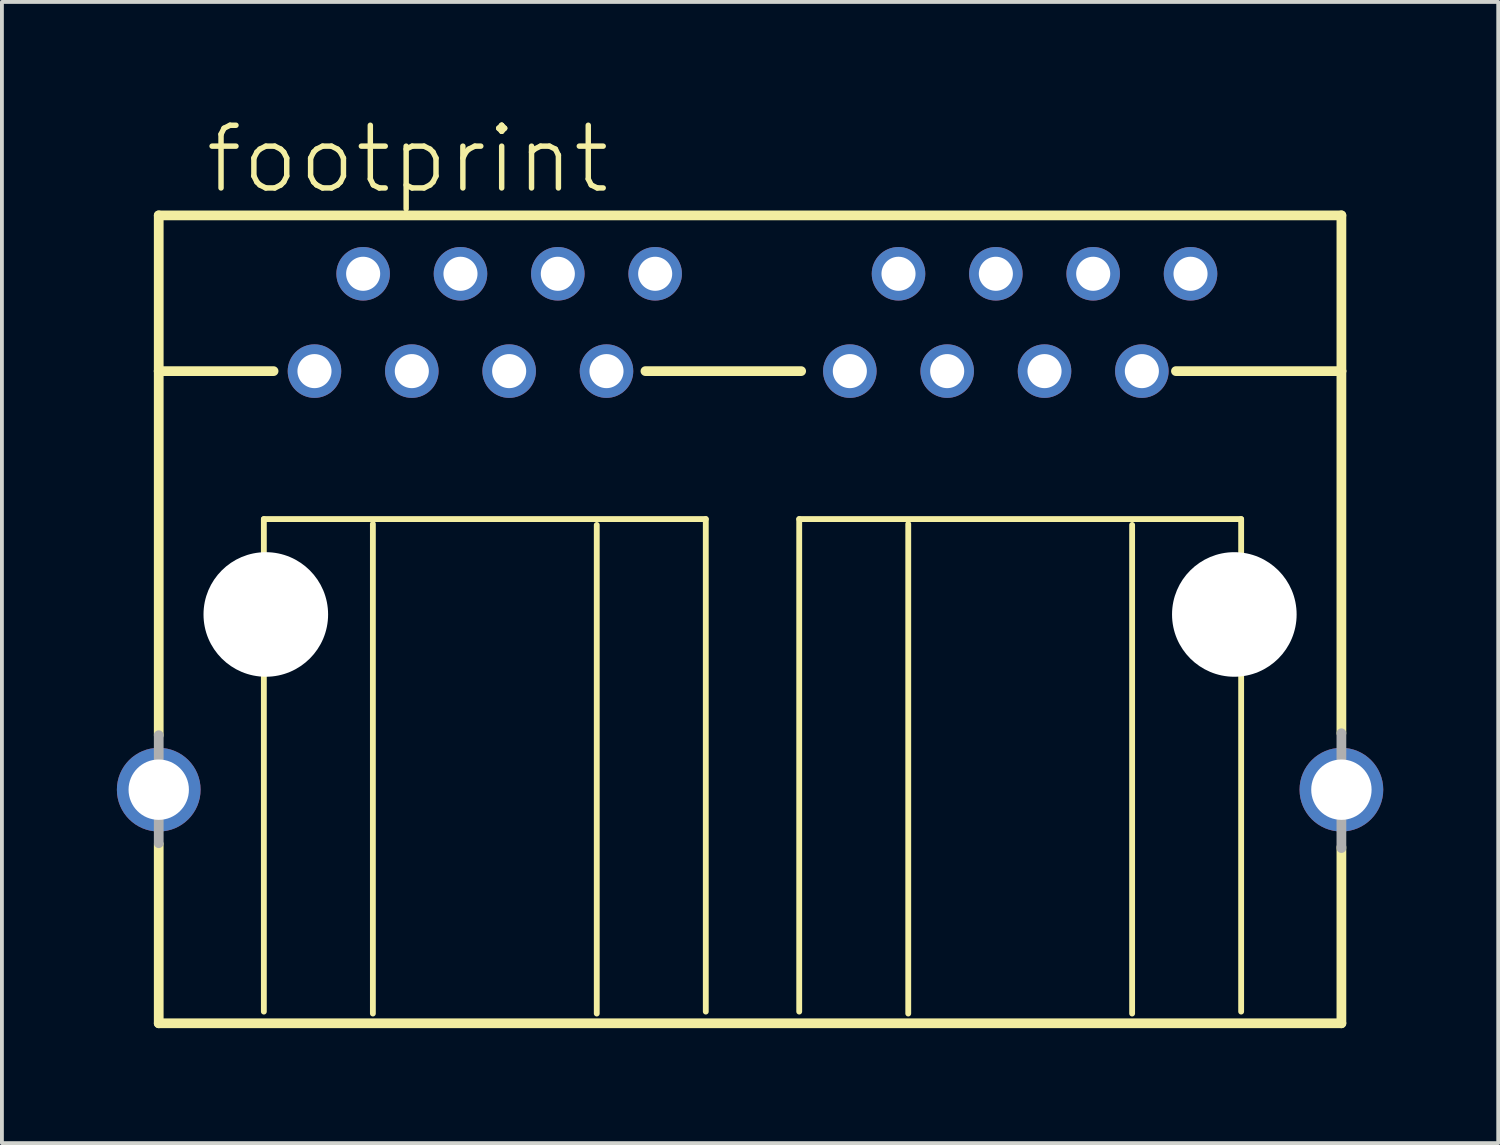
<source format=kicad_pcb>
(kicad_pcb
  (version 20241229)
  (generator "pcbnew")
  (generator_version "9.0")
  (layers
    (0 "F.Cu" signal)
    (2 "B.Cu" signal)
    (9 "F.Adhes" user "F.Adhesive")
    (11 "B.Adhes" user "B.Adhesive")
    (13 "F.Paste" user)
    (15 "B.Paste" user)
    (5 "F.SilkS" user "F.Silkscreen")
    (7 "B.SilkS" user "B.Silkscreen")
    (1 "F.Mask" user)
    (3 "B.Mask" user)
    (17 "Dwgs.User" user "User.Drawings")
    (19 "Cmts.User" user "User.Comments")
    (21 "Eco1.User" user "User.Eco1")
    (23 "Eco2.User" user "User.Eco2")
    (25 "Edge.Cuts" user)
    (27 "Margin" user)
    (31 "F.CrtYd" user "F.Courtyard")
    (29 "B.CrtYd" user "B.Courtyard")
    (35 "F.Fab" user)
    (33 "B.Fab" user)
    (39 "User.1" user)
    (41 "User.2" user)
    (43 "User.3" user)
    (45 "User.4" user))
  (footprint "footprint"
    (layer "F.Cu")
    (at 16.586 12.984)
    (property "Reference" "footprint" (at -14.351 -10.922 0) (layer "F.SilkS") (effects (font (size 1.636 1.636) (thickness 0.142)) (justify left bottom)))
    (fp_line (start -15.494 -10.414) (end -15.494 -6.35) (stroke (width 0.254) (type solid)) (layer "F.SilkS"))
    (fp_line (start -15.494 -6.35) (end -15.494 3.15) (stroke (width 0.254) (type solid)) (layer "F.SilkS"))
    (fp_line (start -15.494 5.994) (end -15.494 10.668) (stroke (width 0.254) (type solid)) (layer "F.SilkS"))
    (fp_line (start -15.494 10.668) (end 15.367 10.668) (stroke (width 0.254) (type solid)) (layer "F.SilkS"))
    (fp_line (start -12.751 -2.489) (end -12.751 10.363) (stroke (width 0.152) (type solid)) (layer "F.SilkS"))
    (fp_line (start -12.497 -6.35) (end -15.494 -6.35) (stroke (width 0.254) (type solid)) (layer "F.SilkS"))
    (fp_line (start -9.906 10.414) (end -9.906 -2.362) (stroke (width 0.152) (type solid)) (layer "F.SilkS"))
    (fp_line (start -4.064 -2.337) (end -4.064 10.414) (stroke (width 0.152) (type solid)) (layer "F.SilkS"))
    (fp_line (start -2.794 -6.35) (end 1.27 -6.35) (stroke (width 0.254) (type solid)) (layer "F.SilkS"))
    (fp_line (start -1.219 -2.489) (end -12.751 -2.489) (stroke (width 0.152) (type solid)) (layer "F.SilkS"))
    (fp_line (start -1.219 10.363) (end -1.219 -2.489) (stroke (width 0.152) (type solid)) (layer "F.SilkS"))
    (fp_line (start 1.219 -2.489) (end 1.219 10.363) (stroke (width 0.152) (type solid)) (layer "F.SilkS"))
    (fp_line (start 4.064 10.414) (end 4.064 -2.362) (stroke (width 0.152) (type solid)) (layer "F.SilkS"))
    (fp_line (start 9.906 -2.337) (end 9.906 10.414) (stroke (width 0.152) (type solid)) (layer "F.SilkS"))
    (fp_line (start 11.049 -6.35) (end 15.367 -6.35) (stroke (width 0.254) (type solid)) (layer "F.SilkS"))
    (fp_line (start 12.751 -2.489) (end 1.219 -2.489) (stroke (width 0.152) (type solid)) (layer "F.SilkS"))
    (fp_line (start 12.751 10.363) (end 12.751 -2.489) (stroke (width 0.152) (type solid)) (layer "F.SilkS"))
    (fp_line (start 15.367 -10.414) (end -15.494 -10.414) (stroke (width 0.254) (type solid)) (layer "F.SilkS"))
    (fp_line (start 15.367 -6.35) (end 15.367 -10.414) (stroke (width 0.254) (type solid)) (layer "F.SilkS"))
    (fp_line (start 15.367 3.099) (end 15.367 -6.35) (stroke (width 0.254) (type solid)) (layer "F.SilkS"))
    (fp_line (start 15.367 10.668) (end 15.367 6.071) (stroke (width 0.254) (type solid)) (layer "F.SilkS"))
    (fp_line (start -15.494 3.15) (end -15.494 5.969) (stroke (width 0.254) (type solid)) (layer "F.Fab"))
    (fp_line (start 15.367 6.096) (end 15.367 3.099) (stroke (width 0.254) (type solid)) (layer "F.Fab"))
    (pad "" np_thru_hole circle (at -12.7 0) (size 3.251 3.251) (drill 3.251) (layers "*.Cu" "*.Mask"))
    (pad "" np_thru_hole circle (at 12.573 0) (size 3.251 3.251) (drill 3.251) (layers "*.Cu" "*.Mask"))
    (pad "1-1" thru_hole circle (at -11.43 -6.35) (size 1.397 1.397) (drill 0.889) (layers "*.Cu" "*.Mask"))
    (pad "1-2" thru_hole circle (at -10.16 -8.89) (size 1.397 1.397) (drill 0.889) (layers "*.Cu" "*.Mask"))
    (pad "1-3" thru_hole circle (at -8.89 -6.35) (size 1.397 1.397) (drill 0.889) (layers "*.Cu" "*.Mask"))
    (pad "1-4" thru_hole circle (at -7.62 -8.89) (size 1.397 1.397) (drill 0.889) (layers "*.Cu" "*.Mask"))
    (pad "1-5" thru_hole circle (at -6.35 -6.35) (size 1.397 1.397) (drill 0.889) (layers "*.Cu" "*.Mask"))
    (pad "1-6" thru_hole circle (at -5.08 -8.89) (size 1.397 1.397) (drill 0.889) (layers "*.Cu" "*.Mask"))
    (pad "1-7" thru_hole circle (at -3.81 -6.35) (size 1.397 1.397) (drill 0.889) (layers "*.Cu" "*.Mask"))
    (pad "1-8" thru_hole circle (at -2.54 -8.89) (size 1.397 1.397) (drill 0.889) (layers "*.Cu" "*.Mask"))
    (pad "2-1" thru_hole circle (at 2.54 -6.35) (size 1.397 1.397) (drill 0.889) (layers "*.Cu" "*.Mask"))
    (pad "2-2" thru_hole circle (at 3.81 -8.89) (size 1.397 1.397) (drill 0.889) (layers "*.Cu" "*.Mask"))
    (pad "2-3" thru_hole circle (at 5.08 -6.35) (size 1.397 1.397) (drill 0.889) (layers "*.Cu" "*.Mask"))
    (pad "2-4" thru_hole circle (at 6.35 -8.89) (size 1.397 1.397) (drill 0.889) (layers "*.Cu" "*.Mask"))
    (pad "2-5" thru_hole circle (at 7.62 -6.35) (size 1.397 1.397) (drill 0.889) (layers "*.Cu" "*.Mask"))
    (pad "2-6" thru_hole circle (at 8.89 -8.89) (size 1.397 1.397) (drill 0.889) (layers "*.Cu" "*.Mask"))
    (pad "2-7" thru_hole circle (at 10.16 -6.35) (size 1.397 1.397) (drill 0.889) (layers "*.Cu" "*.Mask"))
    (pad "2-8" thru_hole circle (at 11.43 -8.89) (size 1.397 1.397) (drill 0.889) (layers "*.Cu" "*.Mask"))
    (pad "G1" thru_hole circle (at -15.494 4.572) (size 2.184 2.184) (drill 1.575) (layers "*.Cu" "*.Mask"))
    (pad "G3" thru_hole circle (at 15.367 4.572) (size 2.184 2.184) (drill 1.575) (layers "*.Cu" "*.Mask")))
  (gr_rect
    (start -3 -3)
    (end 36.045 26.779)
    (stroke (width 0.1) (type default))
    (fill no)
    (layer "Edge.Cuts")))
</source>
